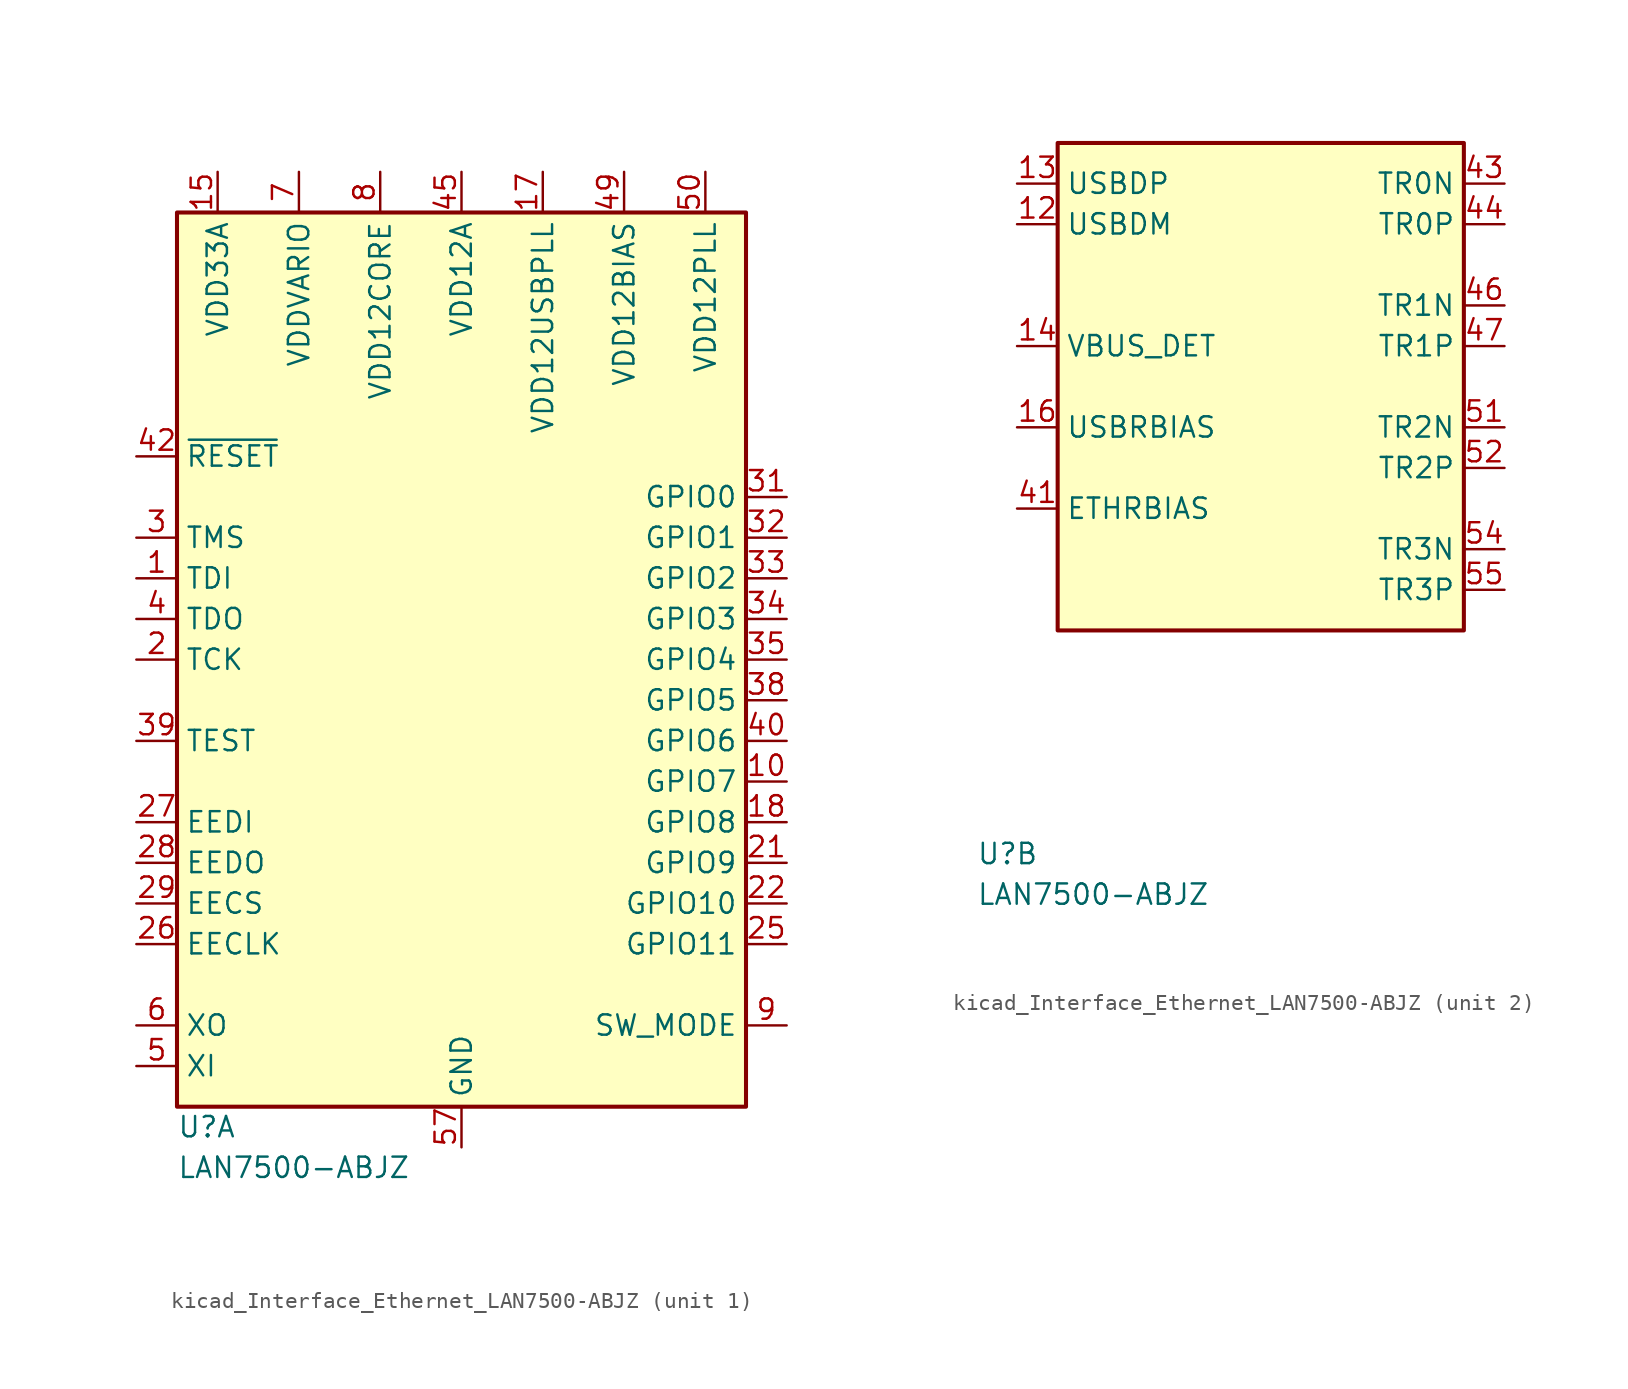
<source format=kicad_sym>
(kicad_symbol_lib
  (version 20220914)
  (generator kicad_symbol_editor)
  (symbol "kicad_Interface_Ethernet_LAN7500-ABJZ"
    (property "Reference" "U"
      (at -17.78 -29.21 0)
      (effects (font (size 1.27 1.27)) (justify left)))
    (property "Value" "LAN7500-ABJZ"
      (at -17.78 -31.75 0)
      (effects (font (size 1.27 1.27)) (justify left)))
    (property "ki_locked" ""
      (at 0 0 0)
      (effects (font (size 1.27 1.27))))
    (symbol "kicad_Interface_Ethernet_LAN7500-ABJZ_1_1"
      (rectangle (start -17.78 27.94) (end 17.78 -27.94) (stroke (width 0.254) (type default)) (fill (type background)))
      (pin input line (at -20.32 5.08 0) (length 2.54) (name "TDI" (effects (font (size 1.27 1.27)))) (number "1" (effects (font (size 1.27 1.27)))))
      (pin bidirectional line (at 20.32 -7.62 180) (length 2.54) (name "GPIO7" (effects (font (size 1.27 1.27)))) (number "10" (effects (font (size 1.27 1.27)))))
      (pin passive line (at -5.08 30.48 270) (length 2.54) hide (name "VDD12CORE" (effects (font (size 1.27 1.27)))) (number "11" (effects (font (size 1.27 1.27)))))
      (pin power_in line (at -15.24 30.48 270) (length 2.54) (name "VDD33A" (effects (font (size 1.27 1.27)))) (number "15" (effects (font (size 1.27 1.27)))))
      (pin power_in line (at 5.08 30.48 270) (length 2.54) (name "VDD12USBPLL" (effects (font (size 1.27 1.27)))) (number "17" (effects (font (size 1.27 1.27)))))
      (pin bidirectional line (at 20.32 -10.16 180) (length 2.54) (name "GPIO8" (effects (font (size 1.27 1.27)))) (number "18" (effects (font (size 1.27 1.27)))))
      (pin passive line (at -10.16 30.48 270) (length 2.54) hide (name "VDDVARIO" (effects (font (size 1.27 1.27)))) (number "19" (effects (font (size 1.27 1.27)))))
      (pin input line (at -20.32 0 0) (length 2.54) (name "TCK" (effects (font (size 1.27 1.27)))) (number "2" (effects (font (size 1.27 1.27)))))
      (pin passive line (at -5.08 30.48 270) (length 2.54) hide (name "VDD12CORE" (effects (font (size 1.27 1.27)))) (number "20" (effects (font (size 1.27 1.27)))))
      (pin bidirectional line (at 20.32 -12.7 180) (length 2.54) (name "GPIO9" (effects (font (size 1.27 1.27)))) (number "21" (effects (font (size 1.27 1.27)))))
      (pin bidirectional line (at 20.32 -15.24 180) (length 2.54) (name "GPIO10" (effects (font (size 1.27 1.27)))) (number "22" (effects (font (size 1.27 1.27)))))
      (pin passive line (at -5.08 30.48 270) (length 2.54) hide (name "VDD12CORE" (effects (font (size 1.27 1.27)))) (number "23" (effects (font (size 1.27 1.27)))))
      (pin passive line (at -10.16 30.48 270) (length 2.54) hide (name "VDDVARIO" (effects (font (size 1.27 1.27)))) (number "24" (effects (font (size 1.27 1.27)))))
      (pin bidirectional line (at 20.32 -17.78 180) (length 2.54) (name "GPIO11" (effects (font (size 1.27 1.27)))) (number "25" (effects (font (size 1.27 1.27)))))
      (pin output line (at -20.32 -17.78 0) (length 2.54) (name "EECLK" (effects (font (size 1.27 1.27)))) (number "26" (effects (font (size 1.27 1.27)))))
      (pin input line (at -20.32 -10.16 0) (length 2.54) (name "EEDI" (effects (font (size 1.27 1.27)))) (number "27" (effects (font (size 1.27 1.27)))))
      (pin output line (at -20.32 -12.7 0) (length 2.54) (name "EEDO" (effects (font (size 1.27 1.27)))) (number "28" (effects (font (size 1.27 1.27)))))
      (pin output line (at -20.32 -15.24 0) (length 2.54) (name "EECS" (effects (font (size 1.27 1.27)))) (number "29" (effects (font (size 1.27 1.27)))))
      (pin input line (at -20.32 7.62 0) (length 2.54) (name "TMS" (effects (font (size 1.27 1.27)))) (number "3" (effects (font (size 1.27 1.27)))))
      (pin passive line (at -5.08 30.48 270) (length 2.54) hide (name "VDD12CORE" (effects (font (size 1.27 1.27)))) (number "30" (effects (font (size 1.27 1.27)))))
      (pin bidirectional line (at 20.32 10.16 180) (length 2.54) (name "GPIO0" (effects (font (size 1.27 1.27)))) (number "31" (effects (font (size 1.27 1.27)))))
      (pin bidirectional line (at 20.32 7.62 180) (length 2.54) (name "GPIO1" (effects (font (size 1.27 1.27)))) (number "32" (effects (font (size 1.27 1.27)))))
      (pin bidirectional line (at 20.32 5.08 180) (length 2.54) (name "GPIO2" (effects (font (size 1.27 1.27)))) (number "33" (effects (font (size 1.27 1.27)))))
      (pin bidirectional line (at 20.32 2.54 180) (length 2.54) (name "GPIO3" (effects (font (size 1.27 1.27)))) (number "34" (effects (font (size 1.27 1.27)))))
      (pin bidirectional line (at 20.32 0 180) (length 2.54) (name "GPIO4" (effects (font (size 1.27 1.27)))) (number "35" (effects (font (size 1.27 1.27)))))
      (pin passive line (at -5.08 30.48 270) (length 2.54) hide (name "VDD12CORE" (effects (font (size 1.27 1.27)))) (number "36" (effects (font (size 1.27 1.27)))))
      (pin passive line (at -10.16 30.48 270) (length 2.54) hide (name "VDDVARIO" (effects (font (size 1.27 1.27)))) (number "37" (effects (font (size 1.27 1.27)))))
      (pin bidirectional line (at 20.32 -2.54 180) (length 2.54) (name "GPIO5" (effects (font (size 1.27 1.27)))) (number "38" (effects (font (size 1.27 1.27)))))
      (pin input line (at -20.32 -5.08 0) (length 2.54) (name "TEST" (effects (font (size 1.27 1.27)))) (number "39" (effects (font (size 1.27 1.27)))))
      (pin output line (at -20.32 2.54 0) (length 2.54) (name "TDO" (effects (font (size 1.27 1.27)))) (number "4" (effects (font (size 1.27 1.27)))))
      (pin bidirectional line (at 20.32 -5.08 180) (length 2.54) (name "GPIO6" (effects (font (size 1.27 1.27)))) (number "40" (effects (font (size 1.27 1.27)))))
      (pin input line (at -20.32 12.7 0) (length 2.54) (name "~{RESET}" (effects (font (size 1.27 1.27)))) (number "42" (effects (font (size 1.27 1.27)))))
      (pin power_in line (at 0 30.48 270) (length 2.54) (name "VDD12A" (effects (font (size 1.27 1.27)))) (number "45" (effects (font (size 1.27 1.27)))))
      (pin passive line (at 0 30.48 270) (length 2.54) hide (name "VDD12A" (effects (font (size 1.27 1.27)))) (number "48" (effects (font (size 1.27 1.27)))))
      (pin power_in line (at 10.16 30.48 270) (length 2.54) (name "VDD12BIAS" (effects (font (size 1.27 1.27)))) (number "49" (effects (font (size 1.27 1.27)))))
      (pin input line (at -20.32 -25.4 0) (length 2.54) (name "XI" (effects (font (size 1.27 1.27)))) (number "5" (effects (font (size 1.27 1.27)))))
      (pin power_in line (at 15.24 30.48 270) (length 2.54) (name "VDD12PLL" (effects (font (size 1.27 1.27)))) (number "50" (effects (font (size 1.27 1.27)))))
      (pin passive line (at 0 30.48 270) (length 2.54) hide (name "VDD12A" (effects (font (size 1.27 1.27)))) (number "53" (effects (font (size 1.27 1.27)))))
      (pin passive line (at 0 30.48 270) (length 2.54) hide (name "VDD12A" (effects (font (size 1.27 1.27)))) (number "56" (effects (font (size 1.27 1.27)))))
      (pin power_in line (at 0 -30.48 90) (length 2.54) (name "GND" (effects (font (size 1.27 1.27)))) (number "57" (effects (font (size 1.27 1.27)))))
      (pin output line (at -20.32 -22.86 0) (length 2.54) (name "XO" (effects (font (size 1.27 1.27)))) (number "6" (effects (font (size 1.27 1.27)))))
      (pin power_in line (at -10.16 30.48 270) (length 2.54) (name "VDDVARIO" (effects (font (size 1.27 1.27)))) (number "7" (effects (font (size 1.27 1.27)))))
      (pin power_in line (at -5.08 30.48 270) (length 2.54) (name "VDD12CORE" (effects (font (size 1.27 1.27)))) (number "8" (effects (font (size 1.27 1.27)))))
      (pin output line (at 20.32 -22.86 180) (length 2.54) (name "SW_MODE" (effects (font (size 1.27 1.27)))) (number "9" (effects (font (size 1.27 1.27))))))
    (symbol "kicad_Interface_Ethernet_LAN7500-ABJZ_2_1"
      (rectangle (start 12.7 -15.24) (end -12.7 15.24) (stroke (width 0.254) (type default)) (fill (type background)))
      (pin bidirectional line (at -15.24 10.16 0) (length 2.54) (name "USBDM" (effects (font (size 1.27 1.27)))) (number "12" (effects (font (size 1.27 1.27)))))
      (pin bidirectional line (at -15.24 12.7 0) (length 2.54) (name "USBDP" (effects (font (size 1.27 1.27)))) (number "13" (effects (font (size 1.27 1.27)))))
      (pin input line (at -15.24 2.54 0) (length 2.54) (name "VBUS_DET" (effects (font (size 1.27 1.27)))) (number "14" (effects (font (size 1.27 1.27)))))
      (pin passive line (at -15.24 -2.54 0) (length 2.54) (name "USBRBIAS" (effects (font (size 1.27 1.27)))) (number "16" (effects (font (size 1.27 1.27)))))
      (pin passive line (at -15.24 -7.62 0) (length 2.54) (name "ETHRBIAS" (effects (font (size 1.27 1.27)))) (number "41" (effects (font (size 1.27 1.27)))))
      (pin bidirectional line (at 15.24 12.7 180) (length 2.54) (name "TR0N" (effects (font (size 1.27 1.27)))) (number "43" (effects (font (size 1.27 1.27)))))
      (pin bidirectional line (at 15.24 10.16 180) (length 2.54) (name "TR0P" (effects (font (size 1.27 1.27)))) (number "44" (effects (font (size 1.27 1.27)))))
      (pin bidirectional line (at 15.24 5.08 180) (length 2.54) (name "TR1N" (effects (font (size 1.27 1.27)))) (number "46" (effects (font (size 1.27 1.27)))))
      (pin bidirectional line (at 15.24 2.54 180) (length 2.54) (name "TR1P" (effects (font (size 1.27 1.27)))) (number "47" (effects (font (size 1.27 1.27)))))
      (pin bidirectional line (at 15.24 -2.54 180) (length 2.54) (name "TR2N" (effects (font (size 1.27 1.27)))) (number "51" (effects (font (size 1.27 1.27)))))
      (pin bidirectional line (at 15.24 -5.08 180) (length 2.54) (name "TR2P" (effects (font (size 1.27 1.27)))) (number "52" (effects (font (size 1.27 1.27)))))
      (pin bidirectional line (at 15.24 -10.16 180) (length 2.54) (name "TR3N" (effects (font (size 1.27 1.27)))) (number "54" (effects (font (size 1.27 1.27)))))
      (pin bidirectional line (at 15.24 -12.7 180) (length 2.54) (name "TR3P" (effects (font (size 1.27 1.27)))) (number "55" (effects (font (size 1.27 1.27))))))))
</source>
